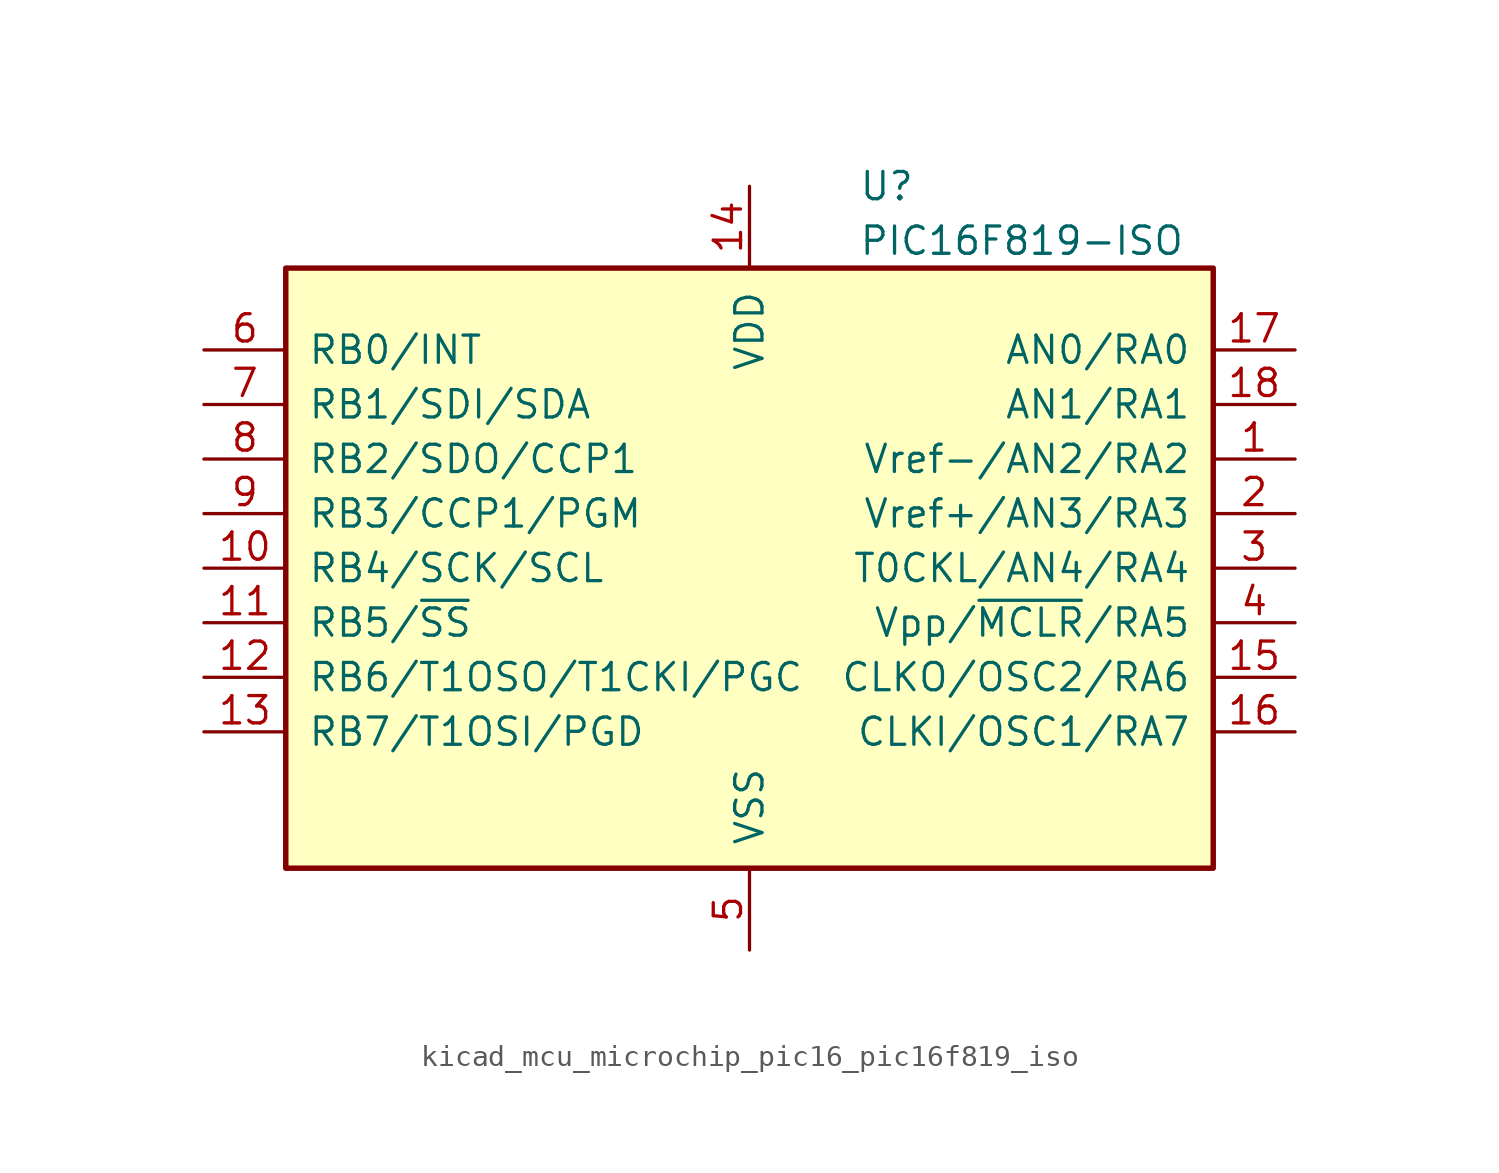
<source format=kicad_sym>
(kicad_symbol_lib
  (version 20220914)
  (generator kicad_symbol_editor)
  (symbol "kicad_mcu_microchip_pic16_pic16f819_iso"
    (pin_names
      (offset 1.016))
    (property "Reference" "U"
      (at 5.08 17.78 0)
      (effects (font (size 1.27 1.27)) (justify left)))
    (property "Value" "PIC16F819-ISO"
      (at 5.08 15.24 0)
      (effects (font (size 1.27 1.27)) (justify left)))
    (symbol "kicad_mcu_microchip_pic16_pic16f819_iso_0_1"
      (rectangle (start -21.59 13.97) (end 21.59 -13.97) (stroke (width 0.254) (type default)) (fill (type background))))
    (symbol "kicad_mcu_microchip_pic16_pic16f819_iso_1_1"
      (pin bidirectional line (at 25.4 5.08 180) (length 3.81) (name "Vref-/AN2/RA2" (effects (font (size 1.27 1.27)))) (number "1" (effects (font (size 1.27 1.27)))))
      (pin bidirectional line (at -25.4 0 0) (length 3.81) (name "RB4/SCK/SCL" (effects (font (size 1.27 1.27)))) (number "10" (effects (font (size 1.27 1.27)))))
      (pin bidirectional line (at -25.4 -2.54 0) (length 3.81) (name "RB5/~{SS}" (effects (font (size 1.27 1.27)))) (number "11" (effects (font (size 1.27 1.27)))))
      (pin bidirectional line (at -25.4 -5.08 0) (length 3.81) (name "RB6/T1OSO/T1CKI/PGC" (effects (font (size 1.27 1.27)))) (number "12" (effects (font (size 1.27 1.27)))))
      (pin bidirectional line (at -25.4 -7.62 0) (length 3.81) (name "RB7/T1OSI/PGD" (effects (font (size 1.27 1.27)))) (number "13" (effects (font (size 1.27 1.27)))))
      (pin power_in line (at 0 17.78 270) (length 3.81) (name "VDD" (effects (font (size 1.27 1.27)))) (number "14" (effects (font (size 1.27 1.27)))))
      (pin bidirectional line (at 25.4 -5.08 180) (length 3.81) (name "CLKO/OSC2/RA6" (effects (font (size 1.27 1.27)))) (number "15" (effects (font (size 1.27 1.27)))))
      (pin bidirectional line (at 25.4 -7.62 180) (length 3.81) (name "CLKI/OSC1/RA7" (effects (font (size 1.27 1.27)))) (number "16" (effects (font (size 1.27 1.27)))))
      (pin bidirectional line (at 25.4 10.16 180) (length 3.81) (name "AN0/RA0" (effects (font (size 1.27 1.27)))) (number "17" (effects (font (size 1.27 1.27)))))
      (pin bidirectional line (at 25.4 7.62 180) (length 3.81) (name "AN1/RA1" (effects (font (size 1.27 1.27)))) (number "18" (effects (font (size 1.27 1.27)))))
      (pin bidirectional line (at 25.4 2.54 180) (length 3.81) (name "Vref+/AN3/RA3" (effects (font (size 1.27 1.27)))) (number "2" (effects (font (size 1.27 1.27)))))
      (pin bidirectional line (at 25.4 0 180) (length 3.81) (name "T0CKL/AN4/RA4" (effects (font (size 1.27 1.27)))) (number "3" (effects (font (size 1.27 1.27)))))
      (pin input line (at 25.4 -2.54 180) (length 3.81) (name "Vpp/~{MCLR}/RA5" (effects (font (size 1.27 1.27)))) (number "4" (effects (font (size 1.27 1.27)))))
      (pin power_in line (at 0 -17.78 90) (length 3.81) (name "VSS" (effects (font (size 1.27 1.27)))) (number "5" (effects (font (size 1.27 1.27)))))
      (pin bidirectional line (at -25.4 10.16 0) (length 3.81) (name "RB0/INT" (effects (font (size 1.27 1.27)))) (number "6" (effects (font (size 1.27 1.27)))))
      (pin bidirectional line (at -25.4 7.62 0) (length 3.81) (name "RB1/SDI/SDA" (effects (font (size 1.27 1.27)))) (number "7" (effects (font (size 1.27 1.27)))))
      (pin bidirectional line (at -25.4 5.08 0) (length 3.81) (name "RB2/SDO/CCP1" (effects (font (size 1.27 1.27)))) (number "8" (effects (font (size 1.27 1.27)))))
      (pin bidirectional line (at -25.4 2.54 0) (length 3.81) (name "RB3/CCP1/PGM" (effects (font (size 1.27 1.27)))) (number "9" (effects (font (size 1.27 1.27))))))))
</source>
